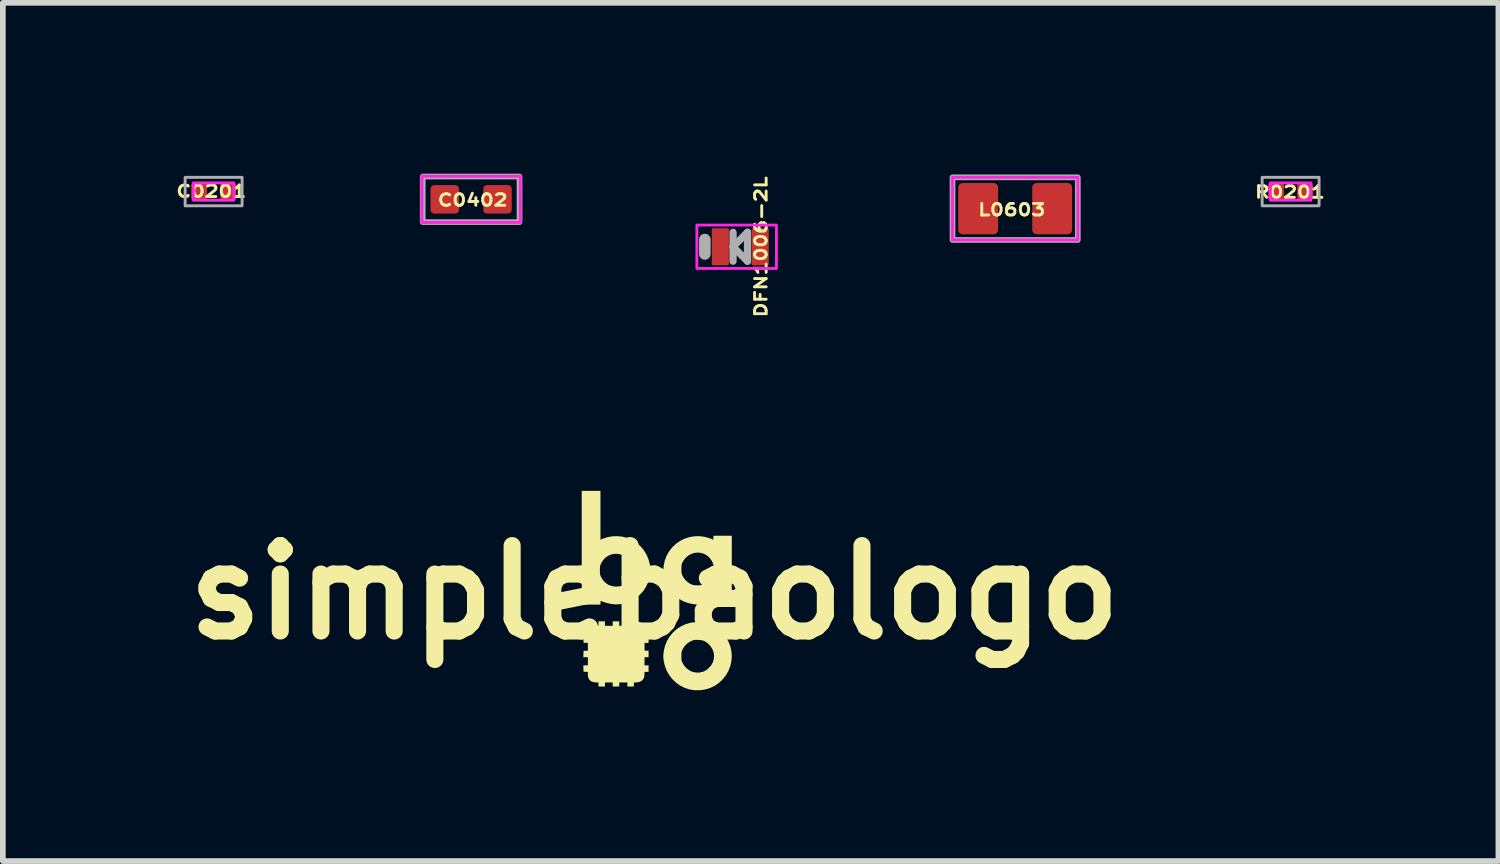
<source format=kicad_pcb>
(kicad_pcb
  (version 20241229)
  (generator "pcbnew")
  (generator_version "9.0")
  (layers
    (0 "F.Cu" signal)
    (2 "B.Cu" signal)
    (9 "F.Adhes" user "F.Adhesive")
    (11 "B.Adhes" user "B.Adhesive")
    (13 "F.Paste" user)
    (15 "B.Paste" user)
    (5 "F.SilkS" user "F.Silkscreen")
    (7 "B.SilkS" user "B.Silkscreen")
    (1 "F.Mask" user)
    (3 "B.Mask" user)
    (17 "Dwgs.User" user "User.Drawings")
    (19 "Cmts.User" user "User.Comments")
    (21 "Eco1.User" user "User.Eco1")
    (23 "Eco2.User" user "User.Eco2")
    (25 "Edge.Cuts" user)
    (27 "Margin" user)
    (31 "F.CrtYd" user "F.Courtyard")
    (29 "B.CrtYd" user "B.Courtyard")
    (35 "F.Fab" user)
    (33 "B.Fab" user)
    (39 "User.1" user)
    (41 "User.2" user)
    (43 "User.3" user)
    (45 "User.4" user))
  (footprint "simplebaologo"
    (layer "F.Cu")
    (at 8.443 7.352)
    (property "Reference" "simplebaologo" (at 0 0 0) (layer "F.SilkS") (effects (font (size 1.5 1.5) (thickness 0.3))))
    (attr board_only exclude_from_pos_files exclude_from_bom)
    (fp_poly (pts (xy 1.357 -0.39) (xy 1.357 0.215) (xy 1.196 0.215) (xy 1.034 0.215) (xy 1.034 0.183) (xy 1.033 0.163) (xy 1.03 0.152) (xy 1.029 0.15) (xy 1.019 0.153) (xy 1.001 0.159) (xy 0.978 0.168) (xy 0.911 0.19) (xy 0.838 0.205) (xy 0.765 0.211) (xy 0.697 0.209) (xy 0.687 0.208) (xy 0.593 0.188) (xy 0.506 0.156) (xy 0.427 0.112) (xy 0.356 0.058) (xy 0.294 -0.007) (xy 0.241 -0.082) (xy 0.222 -0.118) (xy 0.187 -0.203) (xy 0.165 -0.29) (xy 0.157 -0.379) (xy 0.158 -0.412) (xy 0.472 -0.412) (xy 0.473 -0.375) (xy 0.474 -0.349) (xy 0.478 -0.329) (xy 0.484 -0.311) (xy 0.492 -0.292) (xy 0.515 -0.252) (xy 0.547 -0.213) (xy 0.582 -0.18) (xy 0.61 -0.16) (xy 0.647 -0.141) (xy 0.683 -0.129) (xy 0.723 -0.124) (xy 0.766 -0.124) (xy 0.8 -0.125) (xy 0.826 -0.129) (xy 0.849 -0.135) (xy 0.875 -0.147) (xy 0.879 -0.148) (xy 0.933 -0.181) (xy 0.977 -0.223) (xy 1.01 -0.271) (xy 1.033 -0.324) (xy 1.044 -0.381) (xy 1.044 -0.439) (xy 1.032 -0.496) (xy 1.008 -0.551) (xy 0.971 -0.603) (xy 0.966 -0.609) (xy 0.919 -0.649) (xy 0.867 -0.678) (xy 0.811 -0.694) (xy 0.754 -0.699) (xy 0.697 -0.692) (xy 0.642 -0.674) (xy 0.591 -0.645) (xy 0.546 -0.606) (xy 0.508 -0.556) (xy 0.496 -0.536) (xy 0.486 -0.515) (xy 0.479 -0.498) (xy 0.475 -0.48) (xy 0.473 -0.458) (xy 0.473 -0.428) (xy 0.472 -0.412) (xy 0.158 -0.412) (xy 0.161 -0.468) (xy 0.179 -0.554) (xy 0.209 -0.638) (xy 0.253 -0.716) (xy 0.255 -0.719) (xy 0.312 -0.792) (xy 0.377 -0.853) (xy 0.45 -0.904) (xy 0.528 -0.943) (xy 0.612 -0.97) (xy 0.698 -0.985) (xy 0.787 -0.987) (xy 0.877 -0.976) (xy 0.965 -0.952) (xy 0.981 -0.946) (xy 1.034 -0.925) (xy 1.034 -0.96) (xy 1.034 -0.995) (xy 1.196 -0.995) (xy 1.357 -0.995)) (stroke (width 0) (type solid)) (fill yes) (layer "F.SilkS"))
    (fp_poly (pts (xy 0.8 0.524) (xy 0.857 0.53) (xy 0.896 0.537) (xy 0.984 0.565) (xy 1.066 0.606) (xy 1.14 0.658) (xy 1.204 0.721) (xy 1.254 0.785) (xy 1.299 0.866) (xy 1.332 0.95) (xy 1.351 1.038) (xy 1.357 1.126) (xy 1.349 1.214) (xy 1.329 1.301) (xy 1.295 1.384) (xy 1.255 1.454) (xy 1.198 1.527) (xy 1.132 1.589) (xy 1.059 1.64) (xy 0.978 1.678) (xy 0.892 1.705) (xy 0.802 1.718) (xy 0.707 1.718) (xy 0.694 1.717) (xy 0.607 1.703) (xy 0.525 1.675) (xy 0.448 1.636) (xy 0.378 1.585) (xy 0.315 1.525) (xy 0.261 1.457) (xy 0.217 1.381) (xy 0.184 1.299) (xy 0.165 1.22) (xy 0.157 1.167) (xy 0.155 1.121) (xy 0.155 1.118) (xy 0.472 1.118) (xy 0.472 1.12) (xy 0.473 1.156) (xy 0.474 1.182) (xy 0.477 1.202) (xy 0.483 1.219) (xy 0.492 1.239) (xy 0.492 1.239) (xy 0.527 1.295) (xy 0.57 1.34) (xy 0.621 1.375) (xy 0.676 1.398) (xy 0.736 1.409) (xy 0.798 1.407) (xy 0.86 1.391) (xy 0.865 1.389) (xy 0.904 1.368) (xy 0.945 1.337) (xy 0.949 1.333) (xy 0.993 1.284) (xy 1.023 1.231) (xy 1.041 1.173) (xy 1.046 1.115) (xy 1.039 1.056) (xy 1.018 1) (xy 0.985 0.947) (xy 0.949 0.907) (xy 0.91 0.875) (xy 0.871 0.853) (xy 0.828 0.84) (xy 0.778 0.835) (xy 0.755 0.834) (xy 0.722 0.834) (xy 0.698 0.836) (xy 0.678 0.841) (xy 0.658 0.849) (xy 0.632 0.861) (xy 0.576 0.896) (xy 0.531 0.941) (xy 0.495 0.996) (xy 0.493 1.001) (xy 0.484 1.02) (xy 0.478 1.038) (xy 0.474 1.057) (xy 0.473 1.083) (xy 0.472 1.118) (xy 0.155 1.118) (xy 0.157 1.074) (xy 0.165 1.021) (xy 0.165 1.02) (xy 0.187 0.931) (xy 0.222 0.848) (xy 0.268 0.772) (xy 0.325 0.704) (xy 0.391 0.644) (xy 0.465 0.596) (xy 0.547 0.558) (xy 0.633 0.533) (xy 0.683 0.526) (xy 0.74 0.523)) (stroke (width 0) (type solid)) (fill yes) (layer "F.SilkS"))
    (fp_poly (pts (xy -0.949 -1.354) (xy -0.949 -0.925) (xy -0.9 -0.945) (xy -0.82 -0.971) (xy -0.735 -0.985) (xy -0.648 -0.987) (xy -0.562 -0.978) (xy -0.478 -0.956) (xy -0.4 -0.923) (xy -0.391 -0.919) (xy -0.313 -0.868) (xy -0.244 -0.808) (xy -0.186 -0.738) (xy -0.139 -0.66) (xy -0.104 -0.576) (xy -0.082 -0.489) (xy -0.077 -0.447) (xy -0.076 -0.395) (xy -0.077 -0.357) (xy -0.088 -0.264) (xy -0.113 -0.177) (xy -0.15 -0.096) (xy -0.199 -0.021) (xy -0.259 0.043) (xy -0.331 0.103) (xy -0.409 0.149) (xy -0.492 0.183) (xy -0.583 0.204) (xy -0.611 0.208) (xy -0.689 0.211) (xy -0.772 0.202) (xy -0.86 0.18) (xy -0.936 0.154) (xy -0.944 0.153) (xy -0.947 0.159) (xy -0.949 0.176) (xy -0.949 0.182) (xy -0.949 0.215) (xy -1.108 0.215) (xy -1.155 0.215) (xy -1.196 0.214) (xy -1.231 0.213) (xy -1.257 0.212) (xy -1.271 0.211) (xy -1.273 0.21) (xy -1.274 0.202) (xy -1.274 0.181) (xy -1.275 0.148) (xy -1.275 0.102) (xy -1.276 0.045) (xy -1.276 -0.022) (xy -1.277 -0.098) (xy -1.277 -0.183) (xy -1.277 -0.276) (xy -1.277 -0.375) (xy -1.277 -0.389) (xy -0.959 -0.389) (xy -0.959 -0.387) (xy -0.959 -0.351) (xy -0.957 -0.325) (xy -0.953 -0.306) (xy -0.947 -0.287) (xy -0.94 -0.272) (xy -0.904 -0.214) (xy -0.861 -0.168) (xy -0.81 -0.133) (xy -0.752 -0.112) (xy -0.688 -0.102) (xy -0.662 -0.102) (xy -0.627 -0.105) (xy -0.599 -0.109) (xy -0.573 -0.118) (xy -0.553 -0.127) (xy -0.499 -0.16) (xy -0.455 -0.201) (xy -0.421 -0.249) (xy -0.399 -0.302) (xy -0.387 -0.358) (xy -0.387 -0.415) (xy -0.398 -0.473) (xy -0.422 -0.528) (xy -0.458 -0.579) (xy -0.47 -0.592) (xy -0.519 -0.632) (xy -0.572 -0.659) (xy -0.628 -0.675) (xy -0.685 -0.678) (xy -0.742 -0.671) (xy -0.796 -0.652) (xy -0.846 -0.622) (xy -0.89 -0.581) (xy -0.926 -0.531) (xy -0.936 -0.51) (xy -0.947 -0.487) (xy -0.954 -0.468) (xy -0.957 -0.448) (xy -0.959 -0.423) (xy -0.959 -0.389) (xy -1.277 -0.389) (xy -1.278 -0.481) (xy -1.278 -0.592) (xy -1.278 -0.708) (xy -1.278 -0.789) (xy -1.278 -1.783) (xy -1.113 -1.783) (xy -0.949 -1.783)) (stroke (width 0) (type solid)) (fill yes) (layer "F.SilkS"))
    (fp_poly (pts (xy -0.87 0.548) (xy -0.87 0.587) (xy -0.802 0.587) (xy -0.734 0.587) (xy -0.734 0.548) (xy -0.734 0.508) (xy -0.677 0.508) (xy -0.619 0.508) (xy -0.619 0.548) (xy -0.619 0.587) (xy -0.548 0.587) (xy -0.476 0.587) (xy -0.476 0.548) (xy -0.476 0.508) (xy -0.419 0.508) (xy -0.362 0.508) (xy -0.362 0.547) (xy -0.362 0.586) (xy -0.305 0.588) (xy -0.266 0.592) (xy -0.237 0.6) (xy -0.216 0.616) (xy -0.198 0.64) (xy -0.192 0.652) (xy -0.18 0.682) (xy -0.176 0.717) (xy -0.175 0.728) (xy -0.175 0.773) (xy -0.14 0.773) (xy -0.104 0.773) (xy -0.104 0.83) (xy -0.104 0.888) (xy -0.14 0.888) (xy -0.175 0.888) (xy -0.175 0.956) (xy -0.175 1.024) (xy -0.14 1.024) (xy -0.104 1.024) (xy -0.104 1.081) (xy -0.104 1.138) (xy -0.14 1.138) (xy -0.175 1.138) (xy -0.175 1.21) (xy -0.175 1.281) (xy -0.14 1.281) (xy -0.104 1.281) (xy -0.104 1.339) (xy -0.104 1.396) (xy -0.14 1.396) (xy -0.175 1.396) (xy -0.176 1.437) (xy -0.181 1.485) (xy -0.198 1.524) (xy -0.224 1.553) (xy -0.261 1.572) (xy -0.308 1.581) (xy -0.324 1.582) (xy -0.362 1.582) (xy -0.362 1.618) (xy -0.362 1.654) (xy -0.419 1.654) (xy -0.476 1.654) (xy -0.476 1.618) (xy -0.476 1.582) (xy -0.548 1.582) (xy -0.619 1.582) (xy -0.619 1.618) (xy -0.619 1.654) (xy -0.677 1.654) (xy -0.734 1.654) (xy -0.734 1.618) (xy -0.734 1.582) (xy -0.802 1.582) (xy -0.87 1.582) (xy -0.87 1.618) (xy -0.87 1.654) (xy -0.927 1.654) (xy -0.984 1.654) (xy -0.984 1.618) (xy -0.984 1.582) (xy -1.017 1.582) (xy -1.069 1.577) (xy -1.11 1.563) (xy -1.14 1.539) (xy -1.16 1.505) (xy -1.17 1.461) (xy -1.17 1.44) (xy -1.17 1.397) (xy -1.208 1.395) (xy -1.246 1.392) (xy -1.248 1.337) (xy -1.25 1.281) (xy -1.21 1.281) (xy -1.17 1.281) (xy -1.17 1.21) (xy -1.17 1.138) (xy -1.21 1.138) (xy -1.25 1.138) (xy -1.248 1.083) (xy -1.246 1.027) (xy -1.208 1.025) (xy -1.17 1.023) (xy -1.17 0.956) (xy -1.17 0.888) (xy -1.208 0.886) (xy -1.246 0.884) (xy -1.248 0.829) (xy -1.25 0.773) (xy -1.211 0.773) (xy -1.172 0.773) (xy -1.169 0.716) (xy -1.166 0.678) (xy -1.157 0.65) (xy -1.143 0.627) (xy -1.119 0.607) (xy -1.113 0.603) (xy -1.097 0.594) (xy -1.079 0.589) (xy -1.053 0.587) (xy -1.037 0.587) (xy -0.984 0.587) (xy -0.984 0.548) (xy -0.984 0.508) (xy -0.927 0.508) (xy -0.87 0.508)) (stroke (width 0) (type solid)) (fill yes) (layer "F.SilkS")))
  (footprint "L0603"
    (layer "F.Cu")
    (at 14.776 0.614)
    (property "Reference" "L0603" (at -0.06 0.02 180) (layer "F.SilkS") (effects (font (size 0.203 0.254) (thickness 0.127))))
    (attr smd)
    (fp_rect (start -1.1 -0.55) (end 1.1 0.55) (stroke (width 0.05) (type default)) (fill no) (layer "F.CrtYd"))
    (fp_rect (start -1.1 -0.55) (end 1.1 0.55) (stroke (width 0.1) (type default)) (fill no) (layer "F.Fab"))
    (fp_line (start -1.1 -0.55) (end 1.1 -0.55) (stroke (width 0.127) (type solid)) (layer "User.3"))
    (fp_line (start -1.1 0.55) (end -1.1 -0.55) (stroke (width 0.127) (type solid)) (layer "User.3"))
    (fp_line (start 1.1 -0.55) (end 1.1 0.55) (stroke (width 0.127) (type solid)) (layer "User.3"))
    (fp_line (start 1.1 0.55) (end -1.1 0.55) (stroke (width 0.127) (type solid)) (layer "User.3"))
    (pad "1" smd roundrect (at -0.65 0) (size 0.7 0.9) (layers "F.Cu" "F.Mask" "F.Paste") (roundrect_rratio 0.11))
    (pad "2" smd roundrect (at 0.65 0) (size 0.7 0.9) (layers "F.Cu" "F.Mask" "F.Paste") (roundrect_rratio 0.11)))
  (footprint "R0201"
    (layer "F.Cu")
    (at 19.613 0.314)
    (property "Reference" "R0201" (at -0.013 0.01 0) (layer "F.SilkS") (effects (font (size 0.203 0.254) (thickness 0.127))))
    (attr smd)
    (fp_rect (start -0.356 -0.152) (end 0.356 0.152) (stroke (width 0.05) (type default)) (fill no) (layer "F.CrtYd"))
    (fp_rect (start -0.5 -0.25) (end 0.5 0.25) (stroke (width 0.051) (type default)) (fill no) (layer "F.Fab"))
    (fp_line (start -0.508 -0.254) (end 0.508 -0.254) (stroke (width 0.12) (type default)) (layer "User.3"))
    (fp_line (start -0.508 0.254) (end -0.508 -0.254) (stroke (width 0.12) (type default)) (layer "User.3"))
    (fp_line (start 0.508 -0.254) (end 0.508 0.254) (stroke (width 0.12) (type default)) (layer "User.3"))
    (fp_line (start 0.508 0.254) (end -0.508 0.254) (stroke (width 0.12) (type default)) (layer "User.3"))
    (pad "1" smd roundrect (at -0.255 0) (size 0.279 0.318) (layers "F.Cu" "F.Mask" "F.Paste") (roundrect_rratio 0.2))
    (pad "2" smd roundrect (at 0.255 0) (size 0.279 0.318) (layers "F.Cu" "F.Mask" "F.Paste") (roundrect_rratio 0.2)))
  (footprint "C0201"
    (layer "F.Cu")
    (at 0.701 0.314)
    (property "Reference" "C0201" (at -0.04 -0.004 0) (layer "F.SilkS") (effects (font (size 0.203 0.254) (thickness 0.127))))
    (attr smd)
    (fp_rect (start -0.356 -0.152) (end 0.356 0.152) (stroke (width 0.05) (type default)) (fill no) (layer "F.CrtYd"))
    (fp_rect (start -0.5 -0.25) (end 0.5 0.25) (stroke (width 0.051) (type default)) (fill no) (layer "F.Fab"))
    (fp_line (start -0.508 0.127) (end -0.508 -0.127) (stroke (width 0.12) (type default)) (layer "User.3"))
    (fp_line (start -0.381 -0.254) (end 0.381 -0.254) (stroke (width 0.12) (type default)) (layer "User.3"))
    (fp_line (start -0.381 0.254) (end 0.381 0.254) (stroke (width 0.12) (type default)) (layer "User.3"))
    (fp_line (start 0.508 0.127) (end 0.508 -0.127) (stroke (width 0.12) (type default)) (layer "User.3"))
    (fp_arc (start -0.508 -0.127) (mid -0.470803 -0.216803) (end -0.381 -0.254) (stroke (width 0.12) (type solid)) (layer "User.3"))
    (fp_arc (start -0.381 0.254) (mid -0.470803 0.216803) (end -0.508 0.127) (stroke (width 0.12) (type solid)) (layer "User.3"))
    (fp_arc (start 0.381 -0.254) (mid 0.470803 -0.216803) (end 0.508 -0.127) (stroke (width 0.12) (type solid)) (layer "User.3"))
    (fp_arc (start 0.508 0.127) (mid 0.470803 0.216803) (end 0.381 0.254) (stroke (width 0.12) (type solid)) (layer "User.3"))
    (pad "1" smd roundrect (at -0.255 0) (size 0.279 0.318) (layers "F.Cu" "F.Mask" "F.Paste") (roundrect_rratio 0.2))
    (pad "2" smd roundrect (at 0.255 0) (size 0.279 0.318) (layers "F.Cu" "F.Mask" "F.Paste") (roundrect_rratio 0.2)))
  (footprint "DFN1006-2L"
    (layer "F.Cu")
    (at 9.949 1.283)
    (property "Reference" "DFN1006-2L" (at 0.363 0.002 270) (layer "F.SilkS") (effects (font (size 0.203 0.254) (thickness 0.15))))
    (attr smd)
    (fp_rect (start -0.762 -0.381) (end 0.635 0.381) (stroke (width 0.05) (type default)) (fill no) (layer "F.CrtYd"))
    (fp_line (start -0.622 -0.127) (end -0.622 0.127) (stroke (width 0.203) (type solid)) (layer "F.Fab"))
    (fp_line (start -0.127 -0.254) (end -0.127 0.254) (stroke (width 0.127) (type solid)) (layer "F.Fab"))
    (fp_line (start -0.127 0) (end 0.127 -0.254) (stroke (width 0.127) (type solid)) (layer "F.Fab"))
    (fp_line (start 0.127 -0.254) (end 0.127 0.254) (stroke (width 0.127) (type solid)) (layer "F.Fab"))
    (fp_line (start 0.127 0.254) (end -0.127 0) (stroke (width 0.127) (type solid)) (layer "F.Fab"))
    (fp_line (start -0.762 -0.191) (end -0.6 -0.4) (stroke (width 0.127) (type solid)) (layer "User.3"))
    (fp_line (start -0.762 0.191) (end -0.762 -0.191) (stroke (width 0.127) (type solid)) (layer "User.3"))
    (fp_line (start -0.6 -0.4) (end 0.6 -0.4) (stroke (width 0.127) (type solid)) (layer "User.3"))
    (fp_line (start -0.6 0.4) (end -0.762 0.191) (stroke (width 0.127) (type solid)) (layer "User.3"))
    (fp_line (start 0.6 -0.4) (end 0.6 0.4) (stroke (width 0.127) (type solid)) (layer "User.3"))
    (fp_line (start 0.6 0.4) (end -0.6 0.4) (stroke (width 0.127) (type solid)) (layer "User.3"))
    (pad "1" smd roundrect (at 0.35 0 270) (size 0.65 0.3) (layers "F.Cu" "F.Mask" "F.Paste") (roundrect_rratio 0.07))
    (pad "2" smd roundrect (at -0.35 0 270) (size 0.65 0.3) (layers "F.Cu" "F.Mask" "F.Paste") (roundrect_rratio 0.07)))
  (footprint "C0402"
    (layer "F.Cu")
    (at 5.223 0.45)
    (property "Reference" "C0402" (at 0.028 0.014 0) (layer "F.SilkS") (effects (font (size 0.203 0.254) (thickness 0.127))))
    (attr smd)
    (fp_rect (start -0.864 -0.406) (end 0.864 0.406) (stroke (width 0.05) (type default)) (fill no) (layer "F.CrtYd"))
    (fp_rect (start -0.85 -0.4) (end 0.85 0.4) (stroke (width 0.1) (type default)) (fill no) (layer "F.Fab"))
    (fp_line (start -0.839 0.268) (end -0.839 -0.268) (stroke (width 0.076) (type solid)) (layer "User.3"))
    (fp_line (start -0.712 -0.395) (end 0.712 -0.395) (stroke (width 0.076) (type solid)) (layer "User.3"))
    (fp_line (start 0.712 0.395) (end -0.712 0.395) (stroke (width 0.076) (type solid)) (layer "User.3"))
    (fp_line (start 0.839 -0.268) (end 0.839 0.268) (stroke (width 0.076) (type solid)) (layer "User.3"))
    (fp_arc (start -0.839 -0.2675) (mid -0.801803 -0.357303) (end -0.712 -0.3945) (stroke (width 0.0762) (type solid)) (layer "User.3"))
    (fp_arc (start -0.712 0.3945) (mid -0.801803 0.357303) (end -0.839 0.2675) (stroke (width 0.0762) (type solid)) (layer "User.3"))
    (fp_arc (start 0.712 -0.3945) (mid 0.801803 -0.357303) (end 0.839 -0.2675) (stroke (width 0.0762) (type solid)) (layer "User.3"))
    (fp_arc (start 0.839 0.2675) (mid 0.801803 0.357303) (end 0.712 0.3945) (stroke (width 0.0762) (type solid)) (layer "User.3"))
    (pad "1" smd roundrect (at -0.463 0) (size 0.5 0.5) (layers "F.Cu" "F.Mask" "F.Paste") (roundrect_rratio 0.13))
    (pad "2" smd roundrect (at 0.463 0) (size 0.5 0.5) (layers "F.Cu" "F.Mask" "F.Paste") (roundrect_rratio 0.13)))
  (gr_rect
    (start -3 -3)
    (end 23.262 12.07)
    (stroke (width 0.1) (type default))
    (fill no)
    (layer "Edge.Cuts")))
</source>
